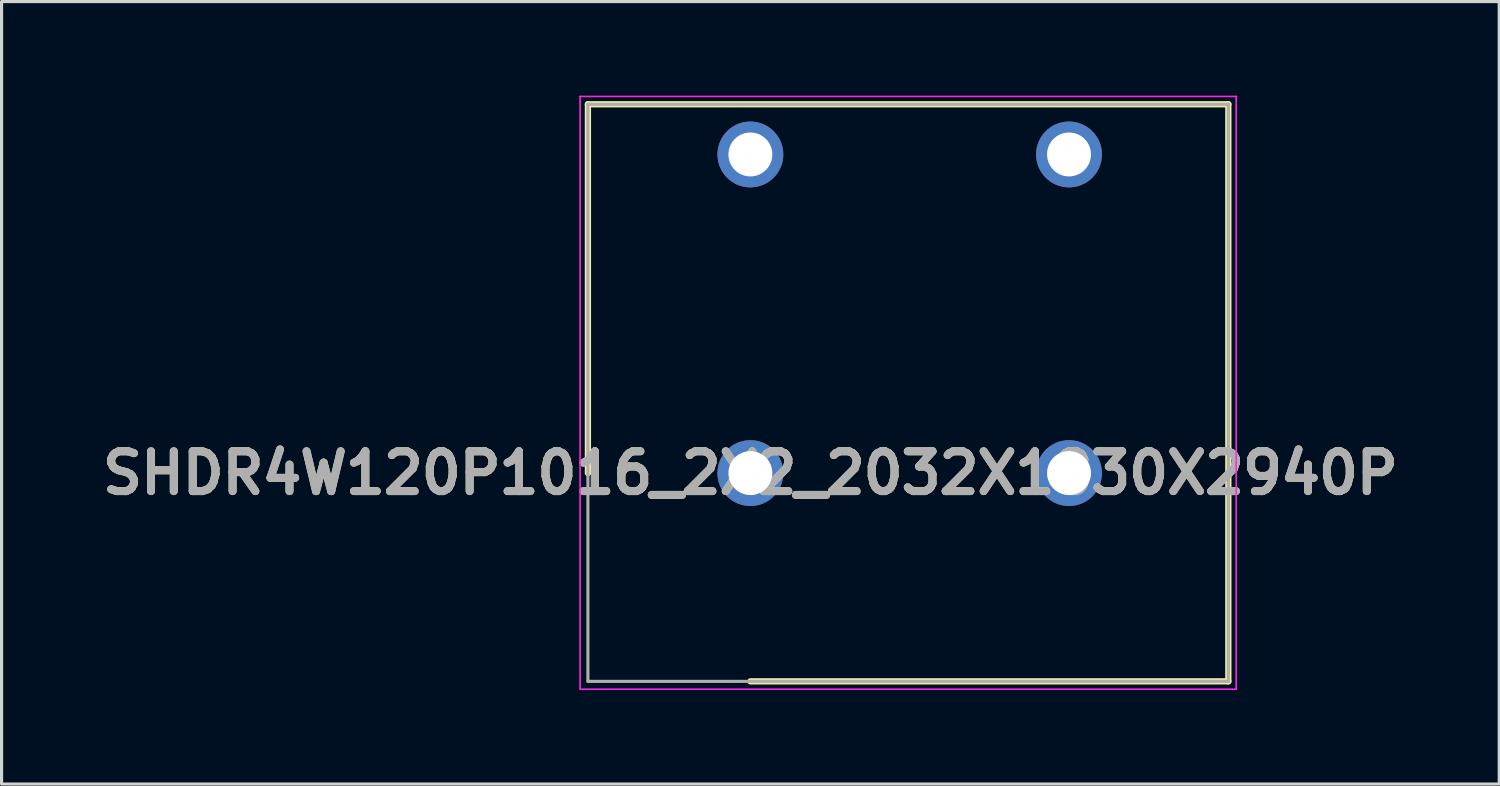
<source format=kicad_pcb>
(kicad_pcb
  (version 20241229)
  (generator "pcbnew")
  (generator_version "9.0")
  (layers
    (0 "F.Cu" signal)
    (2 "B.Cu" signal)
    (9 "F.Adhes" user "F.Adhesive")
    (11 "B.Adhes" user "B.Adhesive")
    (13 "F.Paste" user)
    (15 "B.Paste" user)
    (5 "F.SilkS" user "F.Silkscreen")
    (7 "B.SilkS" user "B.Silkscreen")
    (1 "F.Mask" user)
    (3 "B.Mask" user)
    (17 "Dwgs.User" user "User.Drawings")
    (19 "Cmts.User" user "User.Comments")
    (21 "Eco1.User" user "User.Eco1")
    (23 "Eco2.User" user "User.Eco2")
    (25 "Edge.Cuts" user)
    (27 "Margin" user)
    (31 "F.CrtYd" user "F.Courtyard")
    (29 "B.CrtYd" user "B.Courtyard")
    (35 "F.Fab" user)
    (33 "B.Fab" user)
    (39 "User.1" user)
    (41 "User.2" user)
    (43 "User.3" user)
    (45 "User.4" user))
  (footprint "SHDR4W120P1016_2X2_2032X1830X2940P"
    (layer "F.Cu")
    (at 20.876 12.035)
    (property "Reference" "SHDR4W120P1016_2X2_2032X1830X2940P" (at 0 0 0) (layer "F.SilkS") (effects (font (size 1.27 1.27) (thickness 0.254))))
    (attr through_hole)
    (fp_line (start -5.18 -11.76) (end -5.18 0) (stroke (width 0.2) (type solid)) (layer "F.SilkS"))
    (fp_line (start 0 6.64) (end 15.24 6.64) (stroke (width 0.2) (type solid)) (layer "F.SilkS"))
    (fp_line (start 15.24 -11.76) (end -5.18 -11.76) (stroke (width 0.2) (type solid)) (layer "F.SilkS"))
    (fp_line (start 15.24 6.64) (end 15.24 -11.76) (stroke (width 0.2) (type solid)) (layer "F.SilkS"))
    (fp_line (start -5.43 -12.01) (end 15.49 -12.01) (stroke (width 0.05) (type solid)) (layer "F.CrtYd"))
    (fp_line (start -5.43 6.89) (end -5.43 -12.01) (stroke (width 0.05) (type solid)) (layer "F.CrtYd"))
    (fp_line (start 15.49 -12.01) (end 15.49 6.89) (stroke (width 0.05) (type solid)) (layer "F.CrtYd"))
    (fp_line (start 15.49 6.89) (end -5.43 6.89) (stroke (width 0.05) (type solid)) (layer "F.CrtYd"))
    (fp_line (start -5.18 -11.76) (end 15.24 -11.76) (stroke (width 0.1) (type solid)) (layer "F.Fab"))
    (fp_line (start -5.18 6.64) (end -5.18 -11.76) (stroke (width 0.1) (type solid)) (layer "F.Fab"))
    (fp_line (start 15.24 -11.76) (end 15.24 6.64) (stroke (width 0.1) (type solid)) (layer "F.Fab"))
    (fp_line (start 15.24 6.64) (end -5.18 6.64) (stroke (width 0.1) (type solid)) (layer "F.Fab"))
    (fp_text user "${REFERENCE}" (at 0 0 0) (layer "F.Fab") (effects (font (size 1.27 1.27) (thickness 0.254))))
    (pad "1" thru_hole circle (at 0 0) (size 2.1 2.1) (drill 1.4) (layers "*.Cu" "*.Mask"))
    (pad "2" thru_hole circle (at 0 -10.16) (size 2.1 2.1) (drill 1.4) (layers "*.Cu" "*.Mask"))
    (pad "3" thru_hole circle (at 10.16 0) (size 2.1 2.1) (drill 1.4) (layers "*.Cu" "*.Mask"))
    (pad "4" thru_hole circle (at 10.16 -10.16) (size 2.1 2.1) (drill 1.4) (layers "*.Cu" "*.Mask")))
  (gr_rect
    (start -3 -3)
    (end 44.753 21.95)
    (stroke (width 0.1) (type default))
    (fill no)
    (layer "Edge.Cuts")))
</source>
